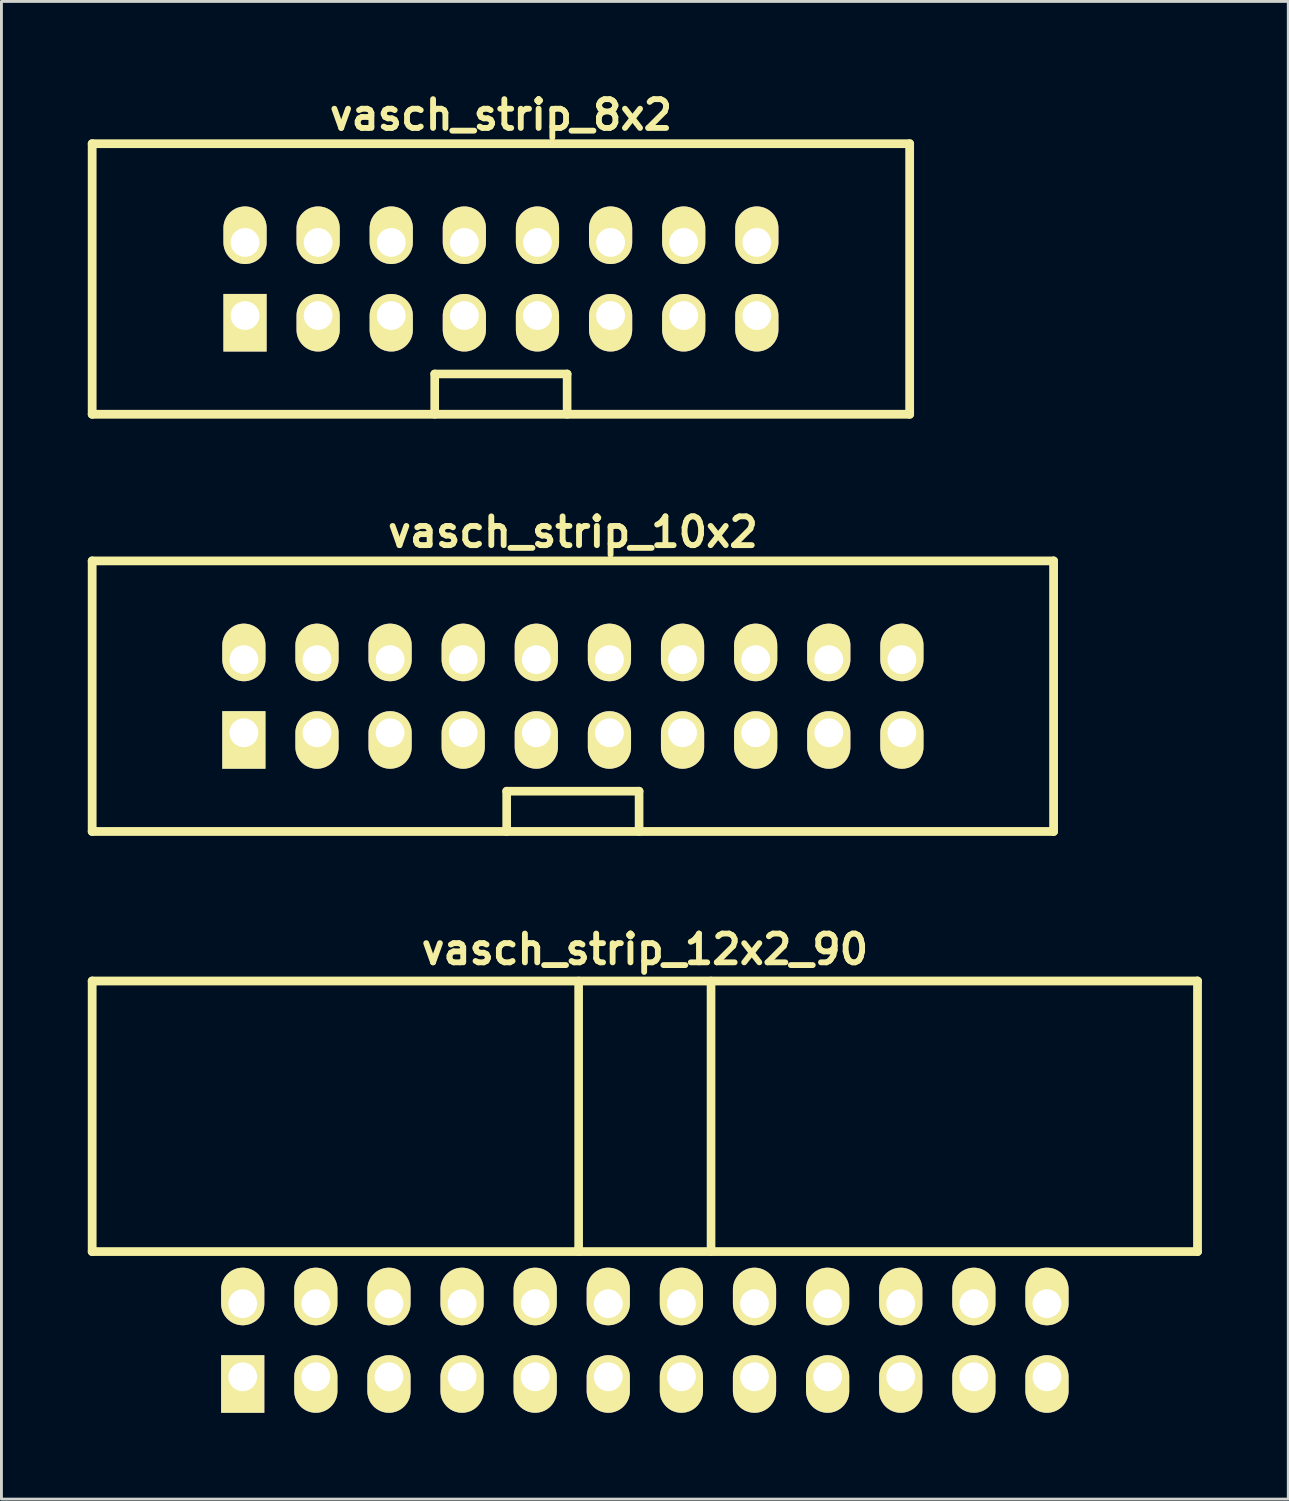
<source format=kicad_pcb>
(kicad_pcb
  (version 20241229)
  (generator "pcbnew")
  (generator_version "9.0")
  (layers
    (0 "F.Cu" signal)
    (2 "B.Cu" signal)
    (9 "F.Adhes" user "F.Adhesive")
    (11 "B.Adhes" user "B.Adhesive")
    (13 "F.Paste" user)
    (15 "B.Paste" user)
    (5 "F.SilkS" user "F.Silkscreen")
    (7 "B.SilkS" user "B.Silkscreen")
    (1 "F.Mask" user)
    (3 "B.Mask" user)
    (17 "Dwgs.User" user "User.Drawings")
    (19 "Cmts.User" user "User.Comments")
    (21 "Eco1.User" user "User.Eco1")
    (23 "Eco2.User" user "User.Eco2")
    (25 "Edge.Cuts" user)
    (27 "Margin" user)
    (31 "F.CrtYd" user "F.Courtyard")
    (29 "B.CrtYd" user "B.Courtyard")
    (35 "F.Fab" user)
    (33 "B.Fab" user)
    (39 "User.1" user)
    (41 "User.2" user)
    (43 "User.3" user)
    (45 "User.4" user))
  (footprint "vasch_strip_12x2_90"
    (layer "F.Cu")
    (at 19.352 38.43)
    (property "Reference" "vasch_strip_12x2_90" (at 0 -8.5 0) (layer "F.SilkS") (effects (font (size 1 1) (thickness 0.203))))
    (attr through_hole)
    (fp_line (start -19.2 -7.4) (end -19.2 2) (stroke (width 0.305) (type solid)) (layer "F.SilkS"))
    (fp_line (start -19.2 2) (end 19.2 2) (stroke (width 0.305) (type solid)) (layer "F.SilkS"))
    (fp_line (start -2.3 -7.4) (end -2.3 2) (stroke (width 0.3) (type solid)) (layer "F.SilkS"))
    (fp_line (start 2.3 -7.4) (end 2.3 2) (stroke (width 0.3) (type solid)) (layer "F.SilkS"))
    (fp_line (start 19.2 -7.4) (end -19.2 -7.4) (stroke (width 0.305) (type solid)) (layer "F.SilkS"))
    (fp_line (start 19.2 -7.4) (end 19.2 2) (stroke (width 0.305) (type solid)) (layer "F.SilkS"))
    (pad "1" thru_hole rect (at -13.97 6.35) (size 1.5 2) (drill 1 (offset 0 0.25)) (layers "*.Cu" "*.Mask" "F.SilkS"))
    (pad "2" thru_hole oval (at -13.97 3.81) (size 1.5 2) (drill 1 (offset 0 -0.25)) (layers "*.Cu" "*.Mask" "F.SilkS"))
    (pad "3" thru_hole oval (at -11.43 6.35) (size 1.5 2) (drill 1 (offset 0 0.25)) (layers "*.Cu" "*.Mask" "F.SilkS"))
    (pad "4" thru_hole oval (at -11.43 3.81) (size 1.5 2) (drill 1 (offset 0 -0.25)) (layers "*.Cu" "*.Mask" "F.SilkS"))
    (pad "5" thru_hole oval (at -8.89 6.35) (size 1.5 2) (drill 1 (offset 0 0.25)) (layers "*.Cu" "*.Mask" "F.SilkS"))
    (pad "6" thru_hole oval (at -8.89 3.81) (size 1.5 2) (drill 1 (offset 0 -0.25)) (layers "*.Cu" "*.Mask" "F.SilkS"))
    (pad "7" thru_hole oval (at -6.35 6.35) (size 1.5 2) (drill 1 (offset 0 0.25)) (layers "*.Cu" "*.Mask" "F.SilkS"))
    (pad "8" thru_hole oval (at -6.35 3.81) (size 1.5 2) (drill 1 (offset 0 -0.25)) (layers "*.Cu" "*.Mask" "F.SilkS"))
    (pad "9" thru_hole oval (at -3.81 6.35) (size 1.5 2) (drill 1 (offset 0 0.25)) (layers "*.Cu" "*.Mask" "F.SilkS"))
    (pad "10" thru_hole oval (at -3.81 3.81) (size 1.5 2) (drill 1 (offset 0 -0.25)) (layers "*.Cu" "*.Mask" "F.SilkS"))
    (pad "11" thru_hole oval (at -1.27 6.35) (size 1.5 2) (drill 1 (offset 0 0.25)) (layers "*.Cu" "*.Mask" "F.SilkS"))
    (pad "12" thru_hole oval (at -1.27 3.81) (size 1.5 2) (drill 1 (offset 0 -0.25)) (layers "*.Cu" "*.Mask" "F.SilkS"))
    (pad "13" thru_hole oval (at 1.27 6.35) (size 1.5 2) (drill 1 (offset 0 0.25)) (layers "*.Cu" "*.Mask" "F.SilkS"))
    (pad "14" thru_hole oval (at 1.27 3.81) (size 1.5 2) (drill 1 (offset 0 -0.25)) (layers "*.Cu" "*.Mask" "F.SilkS"))
    (pad "15" thru_hole oval (at 3.81 6.35) (size 1.5 2) (drill 1 (offset 0 0.25)) (layers "*.Cu" "*.Mask" "F.SilkS"))
    (pad "16" thru_hole oval (at 3.81 3.81) (size 1.5 2) (drill 1 (offset 0 -0.25)) (layers "*.Cu" "*.Mask" "F.SilkS"))
    (pad "17" thru_hole oval (at 6.35 6.35) (size 1.5 2) (drill 1 (offset 0 0.25)) (layers "*.Cu" "*.Mask" "F.SilkS"))
    (pad "18" thru_hole oval (at 6.35 3.81) (size 1.5 2) (drill 1 (offset 0 -0.25)) (layers "*.Cu" "*.Mask" "F.SilkS"))
    (pad "19" thru_hole oval (at 8.89 6.35) (size 1.5 2) (drill 1 (offset 0 0.25)) (layers "*.Cu" "*.Mask" "F.SilkS"))
    (pad "20" thru_hole oval (at 8.89 3.81) (size 1.5 2) (drill 1 (offset 0 -0.25)) (layers "*.Cu" "*.Mask" "F.SilkS"))
    (pad "21" thru_hole oval (at 11.43 6.35) (size 1.5 2) (drill 1 (offset 0 0.25)) (layers "*.Cu" "*.Mask" "F.SilkS"))
    (pad "22" thru_hole oval (at 11.43 3.81) (size 1.5 2) (drill 1 (offset 0 -0.25)) (layers "*.Cu" "*.Mask" "F.SilkS"))
    (pad "23" thru_hole oval (at 13.97 6.35) (size 1.5 2) (drill 1 (offset 0 0.25)) (layers "*.Cu" "*.Mask" "F.SilkS"))
    (pad "24" thru_hole oval (at 13.97 3.81) (size 1.5 2) (drill 1 (offset 0 -0.25)) (layers "*.Cu" "*.Mask" "F.SilkS")))
  (footprint "vasch_strip_8x2"
    (layer "F.Cu")
    (at 14.352 6.642)
    (property "Reference" "vasch_strip_8x2" (at 0 -5.7 0) (layer "F.SilkS") (effects (font (size 1 1) (thickness 0.203))))
    (attr through_hole)
    (fp_line (start -14.2 -4.7) (end -14.2 4.7) (stroke (width 0.305) (type solid)) (layer "F.SilkS"))
    (fp_line (start -14.2 4.7) (end 14.2 4.7) (stroke (width 0.305) (type solid)) (layer "F.SilkS"))
    (fp_line (start -2.3 3.3) (end -2.3 4.7) (stroke (width 0.3) (type solid)) (layer "F.SilkS"))
    (fp_line (start 2.3 3.3) (end -2.3 3.3) (stroke (width 0.3) (type solid)) (layer "F.SilkS"))
    (fp_line (start 2.3 4.7) (end 2.3 3.3) (stroke (width 0.3) (type solid)) (layer "F.SilkS"))
    (fp_line (start 14.2 -4.7) (end -14.2 -4.7) (stroke (width 0.305) (type solid)) (layer "F.SilkS"))
    (fp_line (start 14.2 -4.7) (end 14.2 4.7) (stroke (width 0.305) (type solid)) (layer "F.SilkS"))
    (pad "1" thru_hole rect (at -8.89 1.27) (size 1.5 2) (drill 1 (offset 0 0.25)) (layers "*.Cu" "*.Mask" "F.SilkS"))
    (pad "2" thru_hole oval (at -8.89 -1.27) (size 1.5 2) (drill 1 (offset 0 -0.25)) (layers "*.Cu" "*.Mask" "F.SilkS"))
    (pad "3" thru_hole oval (at -6.35 1.27) (size 1.5 2) (drill 1 (offset 0 0.25)) (layers "*.Cu" "*.Mask" "F.SilkS"))
    (pad "4" thru_hole oval (at -6.35 -1.27) (size 1.5 2) (drill 1 (offset 0 -0.25)) (layers "*.Cu" "*.Mask" "F.SilkS"))
    (pad "5" thru_hole oval (at -3.81 1.27) (size 1.5 2) (drill 1 (offset 0 0.25)) (layers "*.Cu" "*.Mask" "F.SilkS"))
    (pad "6" thru_hole oval (at -3.81 -1.27) (size 1.5 2) (drill 1 (offset 0 -0.25)) (layers "*.Cu" "*.Mask" "F.SilkS"))
    (pad "7" thru_hole oval (at -1.27 1.27) (size 1.5 2) (drill 1 (offset 0 0.25)) (layers "*.Cu" "*.Mask" "F.SilkS"))
    (pad "8" thru_hole oval (at -1.27 -1.27) (size 1.5 2) (drill 1 (offset 0 -0.25)) (layers "*.Cu" "*.Mask" "F.SilkS"))
    (pad "9" thru_hole oval (at 1.27 1.27) (size 1.5 2) (drill 1 (offset 0 0.25)) (layers "*.Cu" "*.Mask" "F.SilkS"))
    (pad "10" thru_hole oval (at 1.27 -1.27) (size 1.5 2) (drill 1 (offset 0 -0.25)) (layers "*.Cu" "*.Mask" "F.SilkS"))
    (pad "11" thru_hole oval (at 3.81 1.27) (size 1.5 2) (drill 1 (offset 0 0.25)) (layers "*.Cu" "*.Mask" "F.SilkS"))
    (pad "12" thru_hole oval (at 3.81 -1.27) (size 1.5 2) (drill 1 (offset 0 -0.25)) (layers "*.Cu" "*.Mask" "F.SilkS"))
    (pad "13" thru_hole oval (at 6.35 1.27) (size 1.5 2) (drill 1 (offset 0 0.25)) (layers "*.Cu" "*.Mask" "F.SilkS"))
    (pad "14" thru_hole oval (at 6.35 -1.27) (size 1.5 2) (drill 1 (offset 0 -0.25)) (layers "*.Cu" "*.Mask" "F.SilkS"))
    (pad "15" thru_hole oval (at 8.89 1.27) (size 1.5 2) (drill 1 (offset 0 0.25)) (layers "*.Cu" "*.Mask" "F.SilkS"))
    (pad "16" thru_hole oval (at 8.89 -1.27) (size 1.5 2) (drill 1 (offset 0 -0.25)) (layers "*.Cu" "*.Mask" "F.SilkS")))
  (footprint "vasch_strip_10x2"
    (layer "F.Cu")
    (at 16.852 21.136)
    (property "Reference" "vasch_strip_10x2" (at 0 -5.7 0) (layer "F.SilkS") (effects (font (size 1 1) (thickness 0.203))))
    (attr through_hole)
    (fp_line (start -16.7 -4.7) (end -16.7 4.7) (stroke (width 0.305) (type solid)) (layer "F.SilkS"))
    (fp_line (start -16.7 4.7) (end 16.7 4.7) (stroke (width 0.305) (type solid)) (layer "F.SilkS"))
    (fp_line (start -2.3 3.3) (end -2.3 4.7) (stroke (width 0.3) (type solid)) (layer "F.SilkS"))
    (fp_line (start 2.3 3.3) (end -2.3 3.3) (stroke (width 0.3) (type solid)) (layer "F.SilkS"))
    (fp_line (start 2.3 4.7) (end 2.3 3.3) (stroke (width 0.3) (type solid)) (layer "F.SilkS"))
    (fp_line (start 16.7 -4.7) (end -16.7 -4.7) (stroke (width 0.305) (type solid)) (layer "F.SilkS"))
    (fp_line (start 16.7 -4.7) (end 16.7 4.7) (stroke (width 0.305) (type solid)) (layer "F.SilkS"))
    (pad "1" thru_hole rect (at -11.43 1.27) (size 1.5 2) (drill 1 (offset 0 0.25)) (layers "*.Cu" "*.Mask" "F.SilkS"))
    (pad "2" thru_hole oval (at -11.43 -1.27) (size 1.5 2) (drill 1 (offset 0 -0.25)) (layers "*.Cu" "*.Mask" "F.SilkS"))
    (pad "3" thru_hole oval (at -8.89 1.27) (size 1.5 2) (drill 1 (offset 0 0.25)) (layers "*.Cu" "*.Mask" "F.SilkS"))
    (pad "4" thru_hole oval (at -8.89 -1.27) (size 1.5 2) (drill 1 (offset 0 -0.25)) (layers "*.Cu" "*.Mask" "F.SilkS"))
    (pad "5" thru_hole oval (at -6.35 1.27) (size 1.5 2) (drill 1 (offset 0 0.25)) (layers "*.Cu" "*.Mask" "F.SilkS"))
    (pad "6" thru_hole oval (at -6.35 -1.27) (size 1.5 2) (drill 1 (offset 0 -0.25)) (layers "*.Cu" "*.Mask" "F.SilkS"))
    (pad "7" thru_hole oval (at -3.81 1.27) (size 1.5 2) (drill 1 (offset 0 0.25)) (layers "*.Cu" "*.Mask" "F.SilkS"))
    (pad "8" thru_hole oval (at -3.81 -1.27) (size 1.5 2) (drill 1 (offset 0 -0.25)) (layers "*.Cu" "*.Mask" "F.SilkS"))
    (pad "9" thru_hole oval (at -1.27 1.27) (size 1.5 2) (drill 1 (offset 0 0.25)) (layers "*.Cu" "*.Mask" "F.SilkS"))
    (pad "10" thru_hole oval (at -1.27 -1.27) (size 1.5 2) (drill 1 (offset 0 -0.25)) (layers "*.Cu" "*.Mask" "F.SilkS"))
    (pad "11" thru_hole oval (at 1.27 1.27) (size 1.5 2) (drill 1 (offset 0 0.25)) (layers "*.Cu" "*.Mask" "F.SilkS"))
    (pad "12" thru_hole oval (at 1.27 -1.27) (size 1.5 2) (drill 1 (offset 0 -0.25)) (layers "*.Cu" "*.Mask" "F.SilkS"))
    (pad "13" thru_hole oval (at 3.81 1.27) (size 1.5 2) (drill 1 (offset 0 0.25)) (layers "*.Cu" "*.Mask" "F.SilkS"))
    (pad "14" thru_hole oval (at 3.81 -1.27) (size 1.5 2) (drill 1 (offset 0 -0.25)) (layers "*.Cu" "*.Mask" "F.SilkS"))
    (pad "15" thru_hole oval (at 6.35 1.27) (size 1.5 2) (drill 1 (offset 0 0.25)) (layers "*.Cu" "*.Mask" "F.SilkS"))
    (pad "16" thru_hole oval (at 6.35 -1.27) (size 1.5 2) (drill 1 (offset 0 -0.25)) (layers "*.Cu" "*.Mask" "F.SilkS"))
    (pad "17" thru_hole oval (at 8.89 1.27) (size 1.5 2) (drill 1 (offset 0 0.25)) (layers "*.Cu" "*.Mask" "F.SilkS"))
    (pad "18" thru_hole oval (at 8.89 -1.27) (size 1.5 2) (drill 1 (offset 0 -0.25)) (layers "*.Cu" "*.Mask" "F.SilkS"))
    (pad "19" thru_hole oval (at 11.43 1.27) (size 1.5 2) (drill 1 (offset 0 0.25)) (layers "*.Cu" "*.Mask" "F.SilkS"))
    (pad "20" thru_hole oval (at 11.43 -1.27) (size 1.5 2) (drill 1 (offset 0 -0.25)) (layers "*.Cu" "*.Mask" "F.SilkS")))
  (gr_rect
    (start -3 -3)
    (end 41.705 49.03)
    (stroke (width 0.1) (type default))
    (fill no)
    (layer "Edge.Cuts")))
</source>
